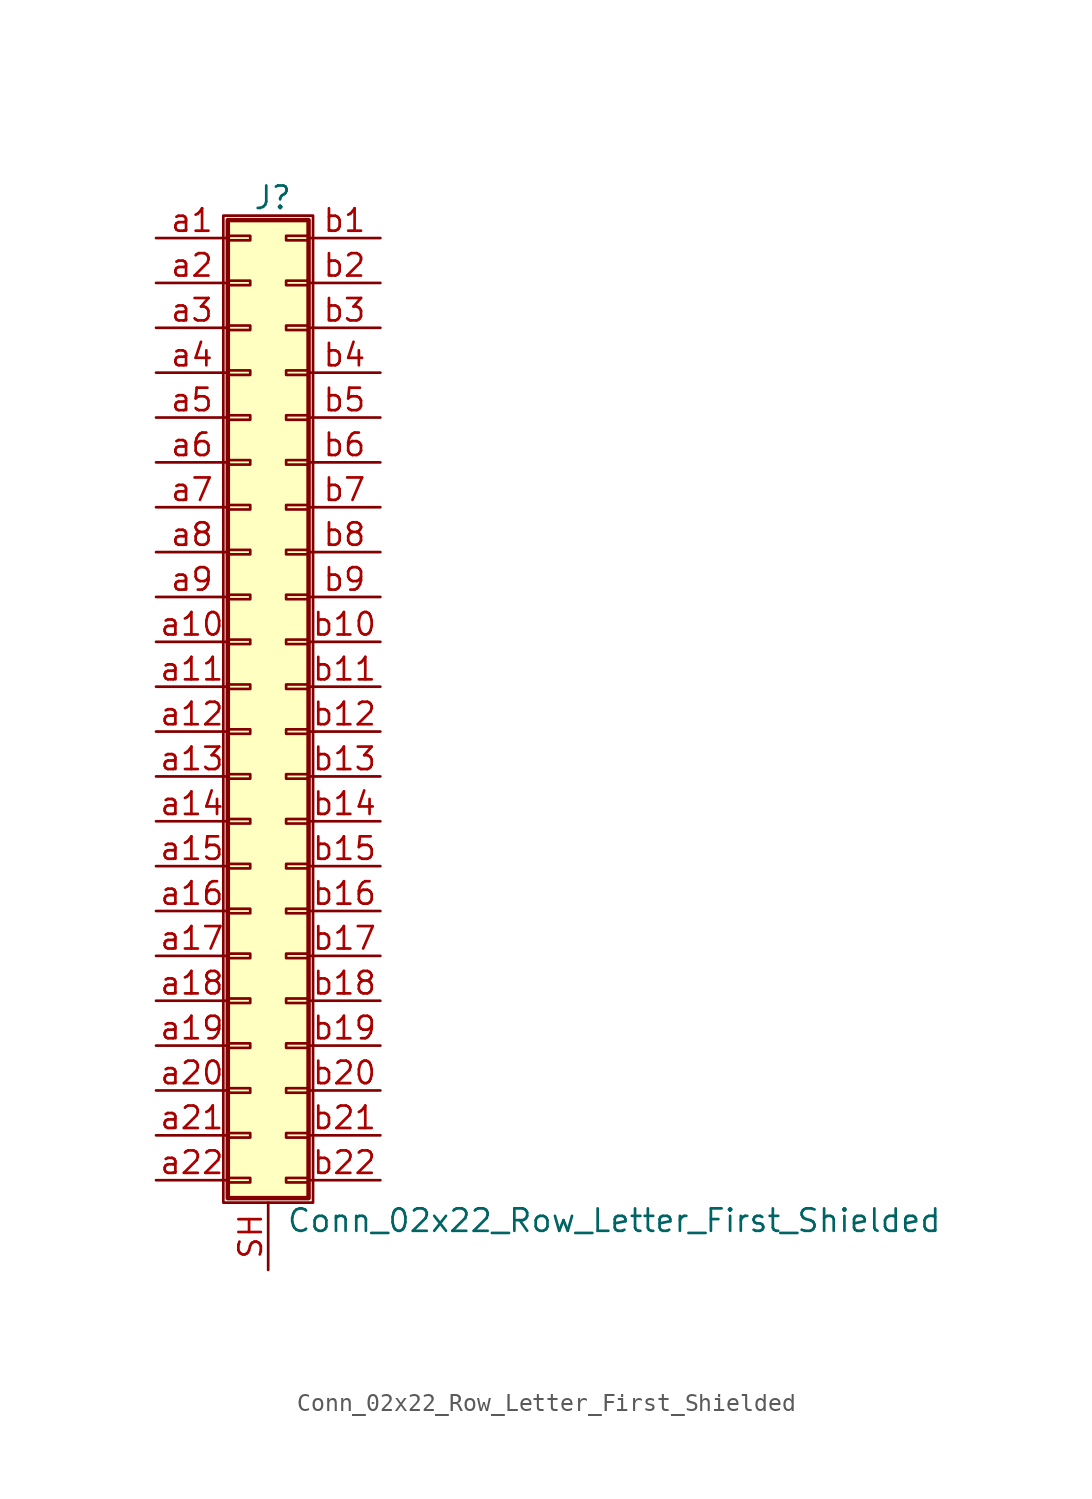
<source format=kicad_sym>
(kicad_symbol_lib
  (version 20220914)
  (generator kicad_symbol_editor)
  (symbol "Conn_02x22_Row_Letter_First_Shielded"
    (pin_names
      (offset 1.016) hide)
    (property "Reference" "J"
      (at 1.524 27.686 0)
      (effects (font (size 1.27 1.27))))
    (property "Value" "Conn_02x22_Row_Letter_First_Shielded"
      (at 2.286 -30.226 0)
      (effects (font (size 1.27 1.27)) (justify left)))
    (symbol "Conn_02x22_Row_Letter_First_Shielded_1_1"
      (rectangle (start -1.27 26.67) (end 3.81 -29.21) (stroke (width 0.152) (type default)) (fill (type none)))
      (rectangle (start -1.016 -27.813) (end 0.254 -28.067) (stroke (width 0.152) (type default)) (fill (type none)))
      (rectangle (start -1.016 -25.273) (end 0.254 -25.527) (stroke (width 0.152) (type default)) (fill (type none)))
      (rectangle (start -1.016 -22.733) (end 0.254 -22.987) (stroke (width 0.152) (type default)) (fill (type none)))
      (rectangle (start -1.016 -20.193) (end 0.254 -20.447) (stroke (width 0.152) (type default)) (fill (type none)))
      (rectangle (start -1.016 -17.653) (end 0.254 -17.907) (stroke (width 0.152) (type default)) (fill (type none)))
      (rectangle (start -1.016 -15.113) (end 0.254 -15.367) (stroke (width 0.152) (type default)) (fill (type none)))
      (rectangle (start -1.016 -12.573) (end 0.254 -12.827) (stroke (width 0.152) (type default)) (fill (type none)))
      (rectangle (start -1.016 -10.033) (end 0.254 -10.287) (stroke (width 0.152) (type default)) (fill (type none)))
      (rectangle (start -1.016 -7.493) (end 0.254 -7.747) (stroke (width 0.152) (type default)) (fill (type none)))
      (rectangle (start -1.016 -4.953) (end 0.254 -5.207) (stroke (width 0.152) (type default)) (fill (type none)))
      (rectangle (start -1.016 -2.413) (end 0.254 -2.667) (stroke (width 0.152) (type default)) (fill (type none)))
      (rectangle (start -1.016 0.127) (end 0.254 -0.127) (stroke (width 0.152) (type default)) (fill (type none)))
      (rectangle (start -1.016 2.667) (end 0.254 2.413) (stroke (width 0.152) (type default)) (fill (type none)))
      (rectangle (start -1.016 5.207) (end 0.254 4.953) (stroke (width 0.152) (type default)) (fill (type none)))
      (rectangle (start -1.016 7.747) (end 0.254 7.493) (stroke (width 0.152) (type default)) (fill (type none)))
      (rectangle (start -1.016 10.287) (end 0.254 10.033) (stroke (width 0.152) (type default)) (fill (type none)))
      (rectangle (start -1.016 12.827) (end 0.254 12.573) (stroke (width 0.152) (type default)) (fill (type none)))
      (rectangle (start -1.016 15.367) (end 0.254 15.113) (stroke (width 0.152) (type default)) (fill (type none)))
      (rectangle (start -1.016 17.907) (end 0.254 17.653) (stroke (width 0.152) (type default)) (fill (type none)))
      (rectangle (start -1.016 20.447) (end 0.254 20.193) (stroke (width 0.152) (type default)) (fill (type none)))
      (rectangle (start -1.016 22.987) (end 0.254 22.733) (stroke (width 0.152) (type default)) (fill (type none)))
      (rectangle (start -1.016 25.527) (end 0.254 25.273) (stroke (width 0.152) (type default)) (fill (type none)))
      (rectangle (start -1.016 26.416) (end 3.556 -28.956) (stroke (width 0.254) (type default)) (fill (type background)))
      (rectangle (start 3.556 -27.813) (end 2.286 -28.067) (stroke (width 0.152) (type default)) (fill (type none)))
      (rectangle (start 3.556 -25.273) (end 2.286 -25.527) (stroke (width 0.152) (type default)) (fill (type none)))
      (rectangle (start 3.556 -22.733) (end 2.286 -22.987) (stroke (width 0.152) (type default)) (fill (type none)))
      (rectangle (start 3.556 -20.193) (end 2.286 -20.447) (stroke (width 0.152) (type default)) (fill (type none)))
      (rectangle (start 3.556 -17.653) (end 2.286 -17.907) (stroke (width 0.152) (type default)) (fill (type none)))
      (rectangle (start 3.556 -15.113) (end 2.286 -15.367) (stroke (width 0.152) (type default)) (fill (type none)))
      (rectangle (start 3.556 -12.573) (end 2.286 -12.827) (stroke (width 0.152) (type default)) (fill (type none)))
      (rectangle (start 3.556 -10.033) (end 2.286 -10.287) (stroke (width 0.152) (type default)) (fill (type none)))
      (rectangle (start 3.556 -7.493) (end 2.286 -7.747) (stroke (width 0.152) (type default)) (fill (type none)))
      (rectangle (start 3.556 -4.953) (end 2.286 -5.207) (stroke (width 0.152) (type default)) (fill (type none)))
      (rectangle (start 3.556 -2.413) (end 2.286 -2.667) (stroke (width 0.152) (type default)) (fill (type none)))
      (rectangle (start 3.556 0.127) (end 2.286 -0.127) (stroke (width 0.152) (type default)) (fill (type none)))
      (rectangle (start 3.556 2.667) (end 2.286 2.413) (stroke (width 0.152) (type default)) (fill (type none)))
      (rectangle (start 3.556 5.207) (end 2.286 4.953) (stroke (width 0.152) (type default)) (fill (type none)))
      (rectangle (start 3.556 7.747) (end 2.286 7.493) (stroke (width 0.152) (type default)) (fill (type none)))
      (rectangle (start 3.556 10.287) (end 2.286 10.033) (stroke (width 0.152) (type default)) (fill (type none)))
      (rectangle (start 3.556 12.827) (end 2.286 12.573) (stroke (width 0.152) (type default)) (fill (type none)))
      (rectangle (start 3.556 15.367) (end 2.286 15.113) (stroke (width 0.152) (type default)) (fill (type none)))
      (rectangle (start 3.556 17.907) (end 2.286 17.653) (stroke (width 0.152) (type default)) (fill (type none)))
      (rectangle (start 3.556 20.447) (end 2.286 20.193) (stroke (width 0.152) (type default)) (fill (type none)))
      (rectangle (start 3.556 22.987) (end 2.286 22.733) (stroke (width 0.152) (type default)) (fill (type none)))
      (rectangle (start 3.556 25.527) (end 2.286 25.273) (stroke (width 0.152) (type default)) (fill (type none)))
      (pin passive line (at 1.27 -33.02 90) (length 3.81) (name "Shield" (effects (font (size 1.27 1.27)))) (number "SH" (effects (font (size 1.27 1.27)))))
      (pin passive line (at -5.08 25.4 0) (length 4.064) (name "Pin_a1" (effects (font (size 1.27 1.27)))) (number "a1" (effects (font (size 1.27 1.27)))))
      (pin passive line (at -5.08 2.54 0) (length 4.064) (name "Pin_a10" (effects (font (size 1.27 1.27)))) (number "a10" (effects (font (size 1.27 1.27)))))
      (pin passive line (at -5.08 0 0) (length 4.064) (name "Pin_a11" (effects (font (size 1.27 1.27)))) (number "a11" (effects (font (size 1.27 1.27)))))
      (pin passive line (at -5.08 -2.54 0) (length 4.064) (name "Pin_a12" (effects (font (size 1.27 1.27)))) (number "a12" (effects (font (size 1.27 1.27)))))
      (pin passive line (at -5.08 -5.08 0) (length 4.064) (name "Pin_a13" (effects (font (size 1.27 1.27)))) (number "a13" (effects (font (size 1.27 1.27)))))
      (pin passive line (at -5.08 -7.62 0) (length 4.064) (name "Pin_a14" (effects (font (size 1.27 1.27)))) (number "a14" (effects (font (size 1.27 1.27)))))
      (pin passive line (at -5.08 -10.16 0) (length 4.064) (name "Pin_a15" (effects (font (size 1.27 1.27)))) (number "a15" (effects (font (size 1.27 1.27)))))
      (pin passive line (at -5.08 -12.7 0) (length 4.064) (name "Pin_a16" (effects (font (size 1.27 1.27)))) (number "a16" (effects (font (size 1.27 1.27)))))
      (pin passive line (at -5.08 -15.24 0) (length 4.064) (name "Pin_a17" (effects (font (size 1.27 1.27)))) (number "a17" (effects (font (size 1.27 1.27)))))
      (pin passive line (at -5.08 -17.78 0) (length 4.064) (name "Pin_a18" (effects (font (size 1.27 1.27)))) (number "a18" (effects (font (size 1.27 1.27)))))
      (pin passive line (at -5.08 -20.32 0) (length 4.064) (name "Pin_a19" (effects (font (size 1.27 1.27)))) (number "a19" (effects (font (size 1.27 1.27)))))
      (pin passive line (at -5.08 22.86 0) (length 4.064) (name "Pin_a2" (effects (font (size 1.27 1.27)))) (number "a2" (effects (font (size 1.27 1.27)))))
      (pin passive line (at -5.08 -22.86 0) (length 4.064) (name "Pin_a20" (effects (font (size 1.27 1.27)))) (number "a20" (effects (font (size 1.27 1.27)))))
      (pin passive line (at -5.08 -25.4 0) (length 4.064) (name "Pin_a21" (effects (font (size 1.27 1.27)))) (number "a21" (effects (font (size 1.27 1.27)))))
      (pin passive line (at -5.08 -27.94 0) (length 4.064) (name "Pin_a22" (effects (font (size 1.27 1.27)))) (number "a22" (effects (font (size 1.27 1.27)))))
      (pin passive line (at -5.08 20.32 0) (length 4.064) (name "Pin_a3" (effects (font (size 1.27 1.27)))) (number "a3" (effects (font (size 1.27 1.27)))))
      (pin passive line (at -5.08 17.78 0) (length 4.064) (name "Pin_a4" (effects (font (size 1.27 1.27)))) (number "a4" (effects (font (size 1.27 1.27)))))
      (pin passive line (at -5.08 15.24 0) (length 4.064) (name "Pin_a5" (effects (font (size 1.27 1.27)))) (number "a5" (effects (font (size 1.27 1.27)))))
      (pin passive line (at -5.08 12.7 0) (length 4.064) (name "Pin_a6" (effects (font (size 1.27 1.27)))) (number "a6" (effects (font (size 1.27 1.27)))))
      (pin passive line (at -5.08 10.16 0) (length 4.064) (name "Pin_a7" (effects (font (size 1.27 1.27)))) (number "a7" (effects (font (size 1.27 1.27)))))
      (pin passive line (at -5.08 7.62 0) (length 4.064) (name "Pin_a8" (effects (font (size 1.27 1.27)))) (number "a8" (effects (font (size 1.27 1.27)))))
      (pin passive line (at -5.08 5.08 0) (length 4.064) (name "Pin_a9" (effects (font (size 1.27 1.27)))) (number "a9" (effects (font (size 1.27 1.27)))))
      (pin passive line (at 7.62 25.4 180) (length 4.064) (name "Pin_b1" (effects (font (size 1.27 1.27)))) (number "b1" (effects (font (size 1.27 1.27)))))
      (pin passive line (at 7.62 2.54 180) (length 4.064) (name "Pin_b10" (effects (font (size 1.27 1.27)))) (number "b10" (effects (font (size 1.27 1.27)))))
      (pin passive line (at 7.62 0 180) (length 4.064) (name "Pin_b11" (effects (font (size 1.27 1.27)))) (number "b11" (effects (font (size 1.27 1.27)))))
      (pin passive line (at 7.62 -2.54 180) (length 4.064) (name "Pin_b12" (effects (font (size 1.27 1.27)))) (number "b12" (effects (font (size 1.27 1.27)))))
      (pin passive line (at 7.62 -5.08 180) (length 4.064) (name "Pin_b13" (effects (font (size 1.27 1.27)))) (number "b13" (effects (font (size 1.27 1.27)))))
      (pin passive line (at 7.62 -7.62 180) (length 4.064) (name "Pin_b14" (effects (font (size 1.27 1.27)))) (number "b14" (effects (font (size 1.27 1.27)))))
      (pin passive line (at 7.62 -10.16 180) (length 4.064) (name "Pin_b15" (effects (font (size 1.27 1.27)))) (number "b15" (effects (font (size 1.27 1.27)))))
      (pin passive line (at 7.62 -12.7 180) (length 4.064) (name "Pin_b16" (effects (font (size 1.27 1.27)))) (number "b16" (effects (font (size 1.27 1.27)))))
      (pin passive line (at 7.62 -15.24 180) (length 4.064) (name "Pin_b17" (effects (font (size 1.27 1.27)))) (number "b17" (effects (font (size 1.27 1.27)))))
      (pin passive line (at 7.62 -17.78 180) (length 4.064) (name "Pin_b18" (effects (font (size 1.27 1.27)))) (number "b18" (effects (font (size 1.27 1.27)))))
      (pin passive line (at 7.62 -20.32 180) (length 4.064) (name "Pin_b19" (effects (font (size 1.27 1.27)))) (number "b19" (effects (font (size 1.27 1.27)))))
      (pin passive line (at 7.62 22.86 180) (length 4.064) (name "Pin_b2" (effects (font (size 1.27 1.27)))) (number "b2" (effects (font (size 1.27 1.27)))))
      (pin passive line (at 7.62 -22.86 180) (length 4.064) (name "Pin_b20" (effects (font (size 1.27 1.27)))) (number "b20" (effects (font (size 1.27 1.27)))))
      (pin passive line (at 7.62 -25.4 180) (length 4.064) (name "Pin_b21" (effects (font (size 1.27 1.27)))) (number "b21" (effects (font (size 1.27 1.27)))))
      (pin passive line (at 7.62 -27.94 180) (length 4.064) (name "Pin_b22" (effects (font (size 1.27 1.27)))) (number "b22" (effects (font (size 1.27 1.27)))))
      (pin passive line (at 7.62 20.32 180) (length 4.064) (name "Pin_b3" (effects (font (size 1.27 1.27)))) (number "b3" (effects (font (size 1.27 1.27)))))
      (pin passive line (at 7.62 17.78 180) (length 4.064) (name "Pin_b4" (effects (font (size 1.27 1.27)))) (number "b4" (effects (font (size 1.27 1.27)))))
      (pin passive line (at 7.62 15.24 180) (length 4.064) (name "Pin_b5" (effects (font (size 1.27 1.27)))) (number "b5" (effects (font (size 1.27 1.27)))))
      (pin passive line (at 7.62 12.7 180) (length 4.064) (name "Pin_b6" (effects (font (size 1.27 1.27)))) (number "b6" (effects (font (size 1.27 1.27)))))
      (pin passive line (at 7.62 10.16 180) (length 4.064) (name "Pin_b7" (effects (font (size 1.27 1.27)))) (number "b7" (effects (font (size 1.27 1.27)))))
      (pin passive line (at 7.62 7.62 180) (length 4.064) (name "Pin_b8" (effects (font (size 1.27 1.27)))) (number "b8" (effects (font (size 1.27 1.27)))))
      (pin passive line (at 7.62 5.08 180) (length 4.064) (name "Pin_b9" (effects (font (size 1.27 1.27)))) (number "b9" (effects (font (size 1.27 1.27))))))))
</source>
